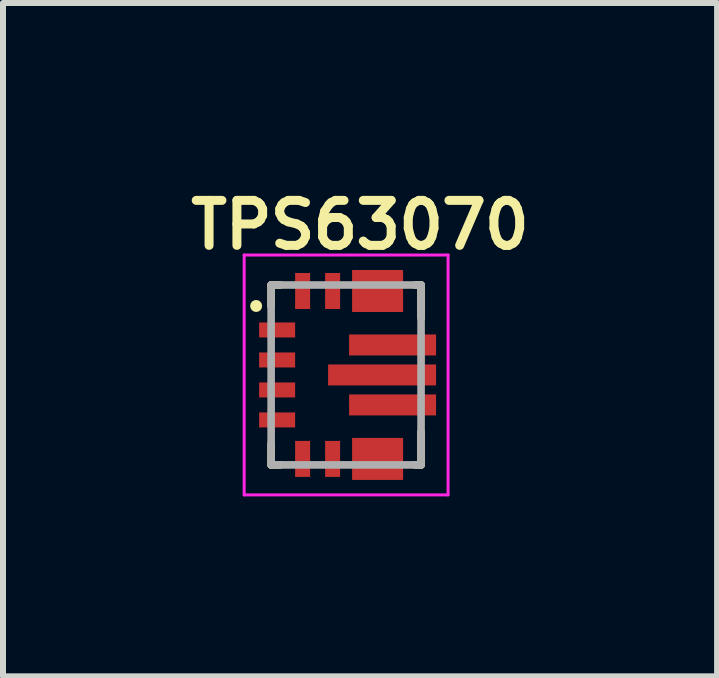
<source format=kicad_pcb>
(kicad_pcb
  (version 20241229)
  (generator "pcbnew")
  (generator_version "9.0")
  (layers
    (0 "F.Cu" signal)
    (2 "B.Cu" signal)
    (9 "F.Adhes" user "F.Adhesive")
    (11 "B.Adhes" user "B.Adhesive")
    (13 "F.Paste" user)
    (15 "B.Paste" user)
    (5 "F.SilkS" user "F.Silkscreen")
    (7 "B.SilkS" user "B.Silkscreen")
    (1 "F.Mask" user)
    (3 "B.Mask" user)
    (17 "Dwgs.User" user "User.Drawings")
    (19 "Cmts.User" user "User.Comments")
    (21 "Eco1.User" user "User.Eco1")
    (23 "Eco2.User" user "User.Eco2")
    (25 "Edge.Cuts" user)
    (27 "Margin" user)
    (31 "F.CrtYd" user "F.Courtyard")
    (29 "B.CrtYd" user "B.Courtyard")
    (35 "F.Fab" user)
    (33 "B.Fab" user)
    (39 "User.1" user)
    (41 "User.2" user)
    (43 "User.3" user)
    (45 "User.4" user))
  (footprint "TPS63070"
    (layer "F.Cu")
    (at 2.721 3.202)
    (property "Reference" "TPS63070" (at 0.233 -2.5 0) (layer "F.SilkS") (effects (font (size 0.75 0.75) (thickness 0.15))))
    (attr smd)
    (fp_line (start -1.45 -0.876) (end -0.85 -0.876) (stroke (width 0.1) (type solid)) (layer "F.Mask"))
    (fp_line (start -1.45 -0.8) (end -1.45 -0.876) (stroke (width 0.1) (type solid)) (layer "F.Mask"))
    (fp_line (start -1.45 -0.8) (end -0.85 -0.8) (stroke (width 0.1) (type solid)) (layer "F.Mask"))
    (fp_line (start -1.45 -0.72) (end -1.45 -0.8) (stroke (width 0.1) (type solid)) (layer "F.Mask"))
    (fp_line (start -1.45 -0.72) (end -0.85 -0.72) (stroke (width 0.1) (type solid)) (layer "F.Mask"))
    (fp_line (start -1.45 -0.625) (end -1.45 -0.72) (stroke (width 0.1) (type solid)) (layer "F.Mask"))
    (fp_line (start -1.45 -0.376) (end -0.85 -0.376) (stroke (width 0.1) (type solid)) (layer "F.Mask"))
    (fp_line (start -1.45 -0.3) (end -1.45 -0.376) (stroke (width 0.1) (type solid)) (layer "F.Mask"))
    (fp_line (start -1.45 -0.3) (end -0.85 -0.3) (stroke (width 0.1) (type solid)) (layer "F.Mask"))
    (fp_line (start -1.45 -0.22) (end -1.45 -0.3) (stroke (width 0.1) (type solid)) (layer "F.Mask"))
    (fp_line (start -1.45 -0.22) (end -0.85 -0.22) (stroke (width 0.1) (type solid)) (layer "F.Mask"))
    (fp_line (start -1.45 -0.125) (end -1.45 -0.22) (stroke (width 0.1) (type solid)) (layer "F.Mask"))
    (fp_line (start -1.45 0.124) (end -0.85 0.124) (stroke (width 0.1) (type solid)) (layer "F.Mask"))
    (fp_line (start -1.45 0.2) (end -1.45 0.124) (stroke (width 0.1) (type solid)) (layer "F.Mask"))
    (fp_line (start -1.45 0.2) (end -0.85 0.2) (stroke (width 0.1) (type solid)) (layer "F.Mask"))
    (fp_line (start -1.45 0.28) (end -1.45 0.2) (stroke (width 0.1) (type solid)) (layer "F.Mask"))
    (fp_line (start -1.45 0.28) (end -0.85 0.28) (stroke (width 0.1) (type solid)) (layer "F.Mask"))
    (fp_line (start -1.45 0.375) (end -1.45 0.28) (stroke (width 0.1) (type solid)) (layer "F.Mask"))
    (fp_line (start -1.45 0.624) (end -0.85 0.624) (stroke (width 0.1) (type solid)) (layer "F.Mask"))
    (fp_line (start -1.45 0.7) (end -1.45 0.624) (stroke (width 0.1) (type solid)) (layer "F.Mask"))
    (fp_line (start -1.45 0.7) (end -0.85 0.7) (stroke (width 0.1) (type solid)) (layer "F.Mask"))
    (fp_line (start -1.45 0.78) (end -1.45 0.7) (stroke (width 0.1) (type solid)) (layer "F.Mask"))
    (fp_line (start -1.45 0.78) (end -0.85 0.78) (stroke (width 0.1) (type solid)) (layer "F.Mask"))
    (fp_line (start -1.45 0.875) (end -1.45 0.78) (stroke (width 0.1) (type solid)) (layer "F.Mask"))
    (fp_line (start -0.851 -1.7) (end -0.775 -1.7) (stroke (width 0.1) (type solid)) (layer "F.Mask"))
    (fp_line (start -0.851 -1.1) (end -0.851 -1.7) (stroke (width 0.1) (type solid)) (layer "F.Mask"))
    (fp_line (start -0.851 1.1) (end -0.775 1.1) (stroke (width 0.1) (type solid)) (layer "F.Mask"))
    (fp_line (start -0.851 1.7) (end -0.851 1.1) (stroke (width 0.1) (type solid)) (layer "F.Mask"))
    (fp_line (start -0.85 -0.876) (end -0.85 -0.8) (stroke (width 0.1) (type solid)) (layer "F.Mask"))
    (fp_line (start -0.85 -0.8) (end -0.85 -0.72) (stroke (width 0.1) (type solid)) (layer "F.Mask"))
    (fp_line (start -0.85 -0.72) (end -0.85 -0.625) (stroke (width 0.1) (type solid)) (layer "F.Mask"))
    (fp_line (start -0.85 -0.625) (end -1.45 -0.625) (stroke (width 0.1) (type solid)) (layer "F.Mask"))
    (fp_line (start -0.85 -0.376) (end -0.85 -0.3) (stroke (width 0.1) (type solid)) (layer "F.Mask"))
    (fp_line (start -0.85 -0.3) (end -0.85 -0.22) (stroke (width 0.1) (type solid)) (layer "F.Mask"))
    (fp_line (start -0.85 -0.22) (end -0.85 -0.125) (stroke (width 0.1) (type solid)) (layer "F.Mask"))
    (fp_line (start -0.85 -0.125) (end -1.45 -0.125) (stroke (width 0.1) (type solid)) (layer "F.Mask"))
    (fp_line (start -0.85 0.124) (end -0.85 0.2) (stroke (width 0.1) (type solid)) (layer "F.Mask"))
    (fp_line (start -0.85 0.2) (end -0.85 0.28) (stroke (width 0.1) (type solid)) (layer "F.Mask"))
    (fp_line (start -0.85 0.28) (end -0.85 0.375) (stroke (width 0.1) (type solid)) (layer "F.Mask"))
    (fp_line (start -0.85 0.375) (end -1.45 0.375) (stroke (width 0.1) (type solid)) (layer "F.Mask"))
    (fp_line (start -0.85 0.624) (end -0.85 0.7) (stroke (width 0.1) (type solid)) (layer "F.Mask"))
    (fp_line (start -0.85 0.7) (end -0.85 0.78) (stroke (width 0.1) (type solid)) (layer "F.Mask"))
    (fp_line (start -0.85 0.78) (end -0.85 0.875) (stroke (width 0.1) (type solid)) (layer "F.Mask"))
    (fp_line (start -0.85 0.875) (end -1.45 0.875) (stroke (width 0.1) (type solid)) (layer "F.Mask"))
    (fp_line (start -0.775 -1.7) (end -0.695 -1.7) (stroke (width 0.1) (type solid)) (layer "F.Mask"))
    (fp_line (start -0.775 -1.1) (end -0.851 -1.1) (stroke (width 0.1) (type solid)) (layer "F.Mask"))
    (fp_line (start -0.775 -1.1) (end -0.775 -1.7) (stroke (width 0.1) (type solid)) (layer "F.Mask"))
    (fp_line (start -0.775 1.1) (end -0.695 1.1) (stroke (width 0.1) (type solid)) (layer "F.Mask"))
    (fp_line (start -0.775 1.7) (end -0.851 1.7) (stroke (width 0.1) (type solid)) (layer "F.Mask"))
    (fp_line (start -0.775 1.7) (end -0.775 1.1) (stroke (width 0.1) (type solid)) (layer "F.Mask"))
    (fp_line (start -0.695 -1.7) (end -0.6 -1.7) (stroke (width 0.1) (type solid)) (layer "F.Mask"))
    (fp_line (start -0.695 -1.1) (end -0.775 -1.1) (stroke (width 0.1) (type solid)) (layer "F.Mask"))
    (fp_line (start -0.695 -1.1) (end -0.695 -1.7) (stroke (width 0.1) (type solid)) (layer "F.Mask"))
    (fp_line (start -0.695 1.1) (end -0.6 1.1) (stroke (width 0.1) (type solid)) (layer "F.Mask"))
    (fp_line (start -0.695 1.7) (end -0.775 1.7) (stroke (width 0.1) (type solid)) (layer "F.Mask"))
    (fp_line (start -0.695 1.7) (end -0.695 1.1) (stroke (width 0.1) (type solid)) (layer "F.Mask"))
    (fp_line (start -0.6 -1.7) (end -0.6 -1.1) (stroke (width 0.1) (type solid)) (layer "F.Mask"))
    (fp_line (start -0.6 -1.1) (end -0.695 -1.1) (stroke (width 0.1) (type solid)) (layer "F.Mask"))
    (fp_line (start -0.6 1.1) (end -0.6 1.7) (stroke (width 0.1) (type solid)) (layer "F.Mask"))
    (fp_line (start -0.6 1.7) (end -0.695 1.7) (stroke (width 0.1) (type solid)) (layer "F.Mask"))
    (fp_line (start -0.351 -1.7) (end -0.275 -1.7) (stroke (width 0.1) (type solid)) (layer "F.Mask"))
    (fp_line (start -0.351 -1.1) (end -0.351 -1.7) (stroke (width 0.1) (type solid)) (layer "F.Mask"))
    (fp_line (start -0.351 1.1) (end -0.275 1.1) (stroke (width 0.1) (type solid)) (layer "F.Mask"))
    (fp_line (start -0.351 1.7) (end -0.351 1.1) (stroke (width 0.1) (type solid)) (layer "F.Mask"))
    (fp_line (start -0.275 -1.7) (end -0.195 -1.7) (stroke (width 0.1) (type solid)) (layer "F.Mask"))
    (fp_line (start -0.275 -1.1) (end -0.351 -1.1) (stroke (width 0.1) (type solid)) (layer "F.Mask"))
    (fp_line (start -0.275 -1.1) (end -0.275 -1.7) (stroke (width 0.1) (type solid)) (layer "F.Mask"))
    (fp_line (start -0.275 1.1) (end -0.195 1.1) (stroke (width 0.1) (type solid)) (layer "F.Mask"))
    (fp_line (start -0.275 1.7) (end -0.351 1.7) (stroke (width 0.1) (type solid)) (layer "F.Mask"))
    (fp_line (start -0.275 1.7) (end -0.275 1.1) (stroke (width 0.1) (type solid)) (layer "F.Mask"))
    (fp_line (start -0.225 -0.1) (end 1.425 -0.1) (stroke (width 0.05) (type solid)) (layer "F.Mask"))
    (fp_line (start -0.225 0.1) (end -0.225 -0.1) (stroke (width 0.05) (type solid)) (layer "F.Mask"))
    (fp_line (start -0.195 -1.7) (end -0.1 -1.7) (stroke (width 0.1) (type solid)) (layer "F.Mask"))
    (fp_line (start -0.195 -1.1) (end -0.275 -1.1) (stroke (width 0.1) (type solid)) (layer "F.Mask"))
    (fp_line (start -0.195 -1.1) (end -0.195 -1.7) (stroke (width 0.1) (type solid)) (layer "F.Mask"))
    (fp_line (start -0.195 1.1) (end -0.1 1.1) (stroke (width 0.1) (type solid)) (layer "F.Mask"))
    (fp_line (start -0.195 1.7) (end -0.275 1.7) (stroke (width 0.1) (type solid)) (layer "F.Mask"))
    (fp_line (start -0.195 1.7) (end -0.195 1.1) (stroke (width 0.1) (type solid)) (layer "F.Mask"))
    (fp_line (start -0.19 -0.04) (end 1.38 -0.04) (stroke (width 0.1) (type solid)) (layer "F.Mask"))
    (fp_line (start -0.19 0.05) (end 1.38 0.05) (stroke (width 0.1) (type solid)) (layer "F.Mask"))
    (fp_line (start -0.1 -1.7) (end -0.1 -1.1) (stroke (width 0.1) (type solid)) (layer "F.Mask"))
    (fp_line (start -0.1 -1.1) (end -0.195 -1.1) (stroke (width 0.1) (type solid)) (layer "F.Mask"))
    (fp_line (start -0.1 1.1) (end -0.1 1.7) (stroke (width 0.1) (type solid)) (layer "F.Mask"))
    (fp_line (start -0.1 1.7) (end -0.195 1.7) (stroke (width 0.1) (type solid)) (layer "F.Mask"))
    (fp_line (start 0.125 -0.6) (end 1.425 -0.6) (stroke (width 0.05) (type solid)) (layer "F.Mask"))
    (fp_line (start 0.125 -0.401) (end 0.125 -0.6) (stroke (width 0.05) (type solid)) (layer "F.Mask"))
    (fp_line (start 0.125 0.4) (end 1.425 0.4) (stroke (width 0.05) (type solid)) (layer "F.Mask"))
    (fp_line (start 0.125 0.599) (end 0.125 0.4) (stroke (width 0.05) (type solid)) (layer "F.Mask"))
    (fp_line (start 0.16 -0.56) (end 1.39 -0.56) (stroke (width 0.1) (type solid)) (layer "F.Mask"))
    (fp_line (start 0.16 -0.47) (end 1.39 -0.47) (stroke (width 0.1) (type solid)) (layer "F.Mask"))
    (fp_line (start 0.16 0.46) (end 1.39 0.46) (stroke (width 0.1) (type solid)) (layer "F.Mask"))
    (fp_line (start 0.16 0.54) (end 1.39 0.54) (stroke (width 0.1) (type solid)) (layer "F.Mask"))
    (fp_line (start 0.175 -1.675) (end 0.375 -1.675) (stroke (width 0.05) (type solid)) (layer "F.Mask"))
    (fp_line (start 0.175 -1.127) (end 0.175 -1.675) (stroke (width 0.05) (type solid)) (layer "F.Mask"))
    (fp_line (start 0.175 1.127) (end 0.875 1.127) (stroke (width 0.05) (type solid)) (layer "F.Mask"))
    (fp_line (start 0.175 1.675) (end 0.175 1.127) (stroke (width 0.05) (type solid)) (layer "F.Mask"))
    (fp_line (start 0.22 -1.64) (end 0.22 -1.17) (stroke (width 0.1) (type solid)) (layer "F.Mask"))
    (fp_line (start 0.24 1.64) (end 0.24 1.17) (stroke (width 0.1) (type solid)) (layer "F.Mask"))
    (fp_line (start 0.31 -1.64) (end 0.31 -1.17) (stroke (width 0.1) (type solid)) (layer "F.Mask"))
    (fp_line (start 0.33 1.64) (end 0.33 1.17) (stroke (width 0.1) (type solid)) (layer "F.Mask"))
    (fp_line (start 0.35 -1.28) (end 0.7 -1.28) (stroke (width 0.1) (type solid)) (layer "F.Mask"))
    (fp_line (start 0.35 -1.18) (end 0.71 -1.18) (stroke (width 0.1) (type solid)) (layer "F.Mask"))
    (fp_line (start 0.375 -1.675) (end 0.375 -1.325) (stroke (width 0.05) (type solid)) (layer "F.Mask"))
    (fp_line (start 0.375 -1.325) (end 0.675 -1.325) (stroke (width 0.05) (type solid)) (layer "F.Mask"))
    (fp_line (start 0.375 1.325) (end 0.375 1.675) (stroke (width 0.05) (type solid)) (layer "F.Mask"))
    (fp_line (start 0.375 1.675) (end 0.175 1.675) (stroke (width 0.05) (type solid)) (layer "F.Mask"))
    (fp_line (start 0.675 -1.675) (end 0.875 -1.675) (stroke (width 0.05) (type solid)) (layer "F.Mask"))
    (fp_line (start 0.675 -1.325) (end 0.675 -1.675) (stroke (width 0.05) (type solid)) (layer "F.Mask"))
    (fp_line (start 0.675 1.325) (end 0.375 1.325) (stroke (width 0.05) (type solid)) (layer "F.Mask"))
    (fp_line (start 0.675 1.675) (end 0.675 1.325) (stroke (width 0.05) (type solid)) (layer "F.Mask"))
    (fp_line (start 0.7 1.18) (end 0.34 1.18) (stroke (width 0.1) (type solid)) (layer "F.Mask"))
    (fp_line (start 0.7 1.28) (end 0.35 1.28) (stroke (width 0.1) (type solid)) (layer "F.Mask"))
    (fp_line (start 0.72 -1.64) (end 0.72 -1.17) (stroke (width 0.1) (type solid)) (layer "F.Mask"))
    (fp_line (start 0.74 1.64) (end 0.74 1.17) (stroke (width 0.1) (type solid)) (layer "F.Mask"))
    (fp_line (start 0.81 -1.64) (end 0.81 -1.17) (stroke (width 0.1) (type solid)) (layer "F.Mask"))
    (fp_line (start 0.83 1.64) (end 0.83 1.17) (stroke (width 0.1) (type solid)) (layer "F.Mask"))
    (fp_line (start 0.875 -1.675) (end 0.875 -1.127) (stroke (width 0.05) (type solid)) (layer "F.Mask"))
    (fp_line (start 0.875 -1.127) (end 0.175 -1.127) (stroke (width 0.05) (type solid)) (layer "F.Mask"))
    (fp_line (start 0.875 1.127) (end 0.875 1.675) (stroke (width 0.05) (type solid)) (layer "F.Mask"))
    (fp_line (start 0.875 1.675) (end 0.675 1.675) (stroke (width 0.05) (type solid)) (layer "F.Mask"))
    (fp_line (start 1.425 -0.6) (end 1.425 -0.401) (stroke (width 0.05) (type solid)) (layer "F.Mask"))
    (fp_line (start 1.425 -0.401) (end 0.125 -0.401) (stroke (width 0.05) (type solid)) (layer "F.Mask"))
    (fp_line (start 1.425 -0.1) (end 1.425 0.1) (stroke (width 0.05) (type solid)) (layer "F.Mask"))
    (fp_line (start 1.425 0.1) (end -0.225 0.1) (stroke (width 0.05) (type solid)) (layer "F.Mask"))
    (fp_line (start 1.425 0.4) (end 1.425 0.599) (stroke (width 0.05) (type solid)) (layer "F.Mask"))
    (fp_line (start 1.425 0.599) (end 0.125 0.599) (stroke (width 0.05) (type solid)) (layer "F.Mask"))
    (fp_line (start -1.25 -1.5) (end -1.25 -1.15) (stroke (width 0.127) (type solid)) (layer "F.SilkS"))
    (fp_line (start -1.25 1.5) (end -1.25 1.15) (stroke (width 0.127) (type solid)) (layer "F.SilkS"))
    (fp_line (start -1.1 -1.5) (end -1.25 -1.5) (stroke (width 0.127) (type solid)) (layer "F.SilkS"))
    (fp_line (start -1.1 1.5) (end -1.25 1.5) (stroke (width 0.127) (type solid)) (layer "F.SilkS"))
    (fp_line (start 1.15 -1.5) (end 1.25 -1.5) (stroke (width 0.127) (type solid)) (layer "F.SilkS"))
    (fp_line (start 1.25 -1.5) (end 1.25 -0.95) (stroke (width 0.127) (type solid)) (layer "F.SilkS"))
    (fp_line (start 1.25 0.95) (end 1.25 1.5) (stroke (width 0.127) (type solid)) (layer "F.SilkS"))
    (fp_line (start 1.25 1.5) (end 1.15 1.5) (stroke (width 0.127) (type solid)) (layer "F.SilkS"))
    (fp_circle (center -1.5 -1.15) (end -1.45 -1.15) (stroke (width 0.1) (type solid)) (fill no) (layer "F.SilkS"))
    (fp_line (start -0.196 -0.1) (end 0.475 -0.1) (stroke (width 0.05) (type solid)) (layer "F.Paste"))
    (fp_line (start -0.196 0.1) (end -0.196 -0.1) (stroke (width 0.05) (type solid)) (layer "F.Paste"))
    (fp_line (start -0.16 -0.05) (end 0.44 -0.05) (stroke (width 0.1) (type solid)) (layer "F.Paste"))
    (fp_line (start -0.15 0.04) (end 0.44 0.04) (stroke (width 0.1) (type solid)) (layer "F.Paste"))
    (fp_line (start 0.125 -0.6) (end 0.65 -0.6) (stroke (width 0.05) (type solid)) (layer "F.Paste"))
    (fp_line (start 0.125 -0.4) (end 0.125 -0.6) (stroke (width 0.05) (type solid)) (layer "F.Paste"))
    (fp_line (start 0.125 0.4) (end 0.65 0.4) (stroke (width 0.05) (type solid)) (layer "F.Paste"))
    (fp_line (start 0.125 0.6) (end 0.125 0.4) (stroke (width 0.05) (type solid)) (layer "F.Paste"))
    (fp_line (start 0.16 -0.53) (end 0.6 -0.53) (stroke (width 0.1) (type solid)) (layer "F.Paste"))
    (fp_line (start 0.16 0.47) (end 0.6 0.47) (stroke (width 0.1) (type solid)) (layer "F.Paste"))
    (fp_line (start 0.17 -0.45) (end 0.61 -0.45) (stroke (width 0.1) (type solid)) (layer "F.Paste"))
    (fp_line (start 0.17 0.55) (end 0.61 0.55) (stroke (width 0.1) (type solid)) (layer "F.Paste"))
    (fp_line (start 0.175 -1.675) (end 0.375 -1.675) (stroke (width 0.05) (type solid)) (layer "F.Paste"))
    (fp_line (start 0.175 -1.127) (end 0.175 -1.675) (stroke (width 0.05) (type solid)) (layer "F.Paste"))
    (fp_line (start 0.175 1.127) (end 0.875 1.127) (stroke (width 0.05) (type solid)) (layer "F.Paste"))
    (fp_line (start 0.175 1.675) (end 0.175 1.127) (stroke (width 0.05) (type solid)) (layer "F.Paste"))
    (fp_line (start 0.22 -1.64) (end 0.22 -1.17) (stroke (width 0.1) (type solid)) (layer "F.Paste"))
    (fp_line (start 0.24 1.64) (end 0.24 1.17) (stroke (width 0.1) (type solid)) (layer "F.Paste"))
    (fp_line (start 0.31 -1.64) (end 0.31 -1.17) (stroke (width 0.1) (type solid)) (layer "F.Paste"))
    (fp_line (start 0.33 1.64) (end 0.33 1.17) (stroke (width 0.1) (type solid)) (layer "F.Paste"))
    (fp_line (start 0.35 -1.28) (end 0.7 -1.28) (stroke (width 0.1) (type solid)) (layer "F.Paste"))
    (fp_line (start 0.35 -1.18) (end 0.71 -1.18) (stroke (width 0.1) (type solid)) (layer "F.Paste"))
    (fp_line (start 0.375 -1.675) (end 0.375 -1.325) (stroke (width 0.05) (type solid)) (layer "F.Paste"))
    (fp_line (start 0.375 -1.325) (end 0.675 -1.325) (stroke (width 0.05) (type solid)) (layer "F.Paste"))
    (fp_line (start 0.375 1.325) (end 0.375 1.675) (stroke (width 0.05) (type solid)) (layer "F.Paste"))
    (fp_line (start 0.375 1.675) (end 0.175 1.675) (stroke (width 0.05) (type solid)) (layer "F.Paste"))
    (fp_line (start 0.475 -0.1) (end 0.475 0.1) (stroke (width 0.05) (type solid)) (layer "F.Paste"))
    (fp_line (start 0.475 0.1) (end -0.196 0.1) (stroke (width 0.05) (type solid)) (layer "F.Paste"))
    (fp_line (start 0.65 -0.6) (end 0.65 -0.4) (stroke (width 0.05) (type solid)) (layer "F.Paste"))
    (fp_line (start 0.65 -0.4) (end 0.125 -0.4) (stroke (width 0.05) (type solid)) (layer "F.Paste"))
    (fp_line (start 0.65 0.4) (end 0.65 0.6) (stroke (width 0.05) (type solid)) (layer "F.Paste"))
    (fp_line (start 0.65 0.6) (end 0.125 0.6) (stroke (width 0.05) (type solid)) (layer "F.Paste"))
    (fp_line (start 0.675 -1.675) (end 0.875 -1.675) (stroke (width 0.05) (type solid)) (layer "F.Paste"))
    (fp_line (start 0.675 -1.325) (end 0.675 -1.675) (stroke (width 0.05) (type solid)) (layer "F.Paste"))
    (fp_line (start 0.675 1.325) (end 0.375 1.325) (stroke (width 0.05) (type solid)) (layer "F.Paste"))
    (fp_line (start 0.675 1.675) (end 0.675 1.325) (stroke (width 0.05) (type solid)) (layer "F.Paste"))
    (fp_line (start 0.7 1.18) (end 0.34 1.18) (stroke (width 0.1) (type solid)) (layer "F.Paste"))
    (fp_line (start 0.7 1.28) (end 0.35 1.28) (stroke (width 0.1) (type solid)) (layer "F.Paste"))
    (fp_line (start 0.72 -1.64) (end 0.72 -1.17) (stroke (width 0.1) (type solid)) (layer "F.Paste"))
    (fp_line (start 0.726 -0.1) (end 0.726 0.1) (stroke (width 0.05) (type solid)) (layer "F.Paste"))
    (fp_line (start 0.726 0.1) (end 1.395 0.1) (stroke (width 0.05) (type solid)) (layer "F.Paste"))
    (fp_line (start 0.74 1.64) (end 0.74 1.17) (stroke (width 0.1) (type solid)) (layer "F.Paste"))
    (fp_line (start 0.76 -0.04) (end 1.35 -0.04) (stroke (width 0.1) (type solid)) (layer "F.Paste"))
    (fp_line (start 0.77 0.04) (end 1.36 0.04) (stroke (width 0.1) (type solid)) (layer "F.Paste"))
    (fp_line (start 0.81 -1.64) (end 0.81 -1.17) (stroke (width 0.1) (type solid)) (layer "F.Paste"))
    (fp_line (start 0.83 1.64) (end 0.83 1.17) (stroke (width 0.1) (type solid)) (layer "F.Paste"))
    (fp_line (start 0.875 -1.675) (end 0.875 -1.127) (stroke (width 0.05) (type solid)) (layer "F.Paste"))
    (fp_line (start 0.875 -1.127) (end 0.175 -1.127) (stroke (width 0.05) (type solid)) (layer "F.Paste"))
    (fp_line (start 0.875 1.127) (end 0.875 1.675) (stroke (width 0.05) (type solid)) (layer "F.Paste"))
    (fp_line (start 0.875 1.675) (end 0.675 1.675) (stroke (width 0.05) (type solid)) (layer "F.Paste"))
    (fp_line (start 0.903 -0.6) (end 1.425 -0.6) (stroke (width 0.05) (type solid)) (layer "F.Paste"))
    (fp_line (start 0.903 -0.4) (end 0.903 -0.6) (stroke (width 0.05) (type solid)) (layer "F.Paste"))
    (fp_line (start 0.903 0.4) (end 1.425 0.4) (stroke (width 0.05) (type solid)) (layer "F.Paste"))
    (fp_line (start 0.903 0.6) (end 0.903 0.4) (stroke (width 0.05) (type solid)) (layer "F.Paste"))
    (fp_line (start 0.93 -0.54) (end 1.37 -0.54) (stroke (width 0.1) (type solid)) (layer "F.Paste"))
    (fp_line (start 0.93 0.46) (end 1.37 0.46) (stroke (width 0.1) (type solid)) (layer "F.Paste"))
    (fp_line (start 0.94 -0.46) (end 1.38 -0.46) (stroke (width 0.1) (type solid)) (layer "F.Paste"))
    (fp_line (start 0.94 0.54) (end 1.38 0.54) (stroke (width 0.1) (type solid)) (layer "F.Paste"))
    (fp_line (start 1.395 -0.1) (end 0.726 -0.1) (stroke (width 0.05) (type solid)) (layer "F.Paste"))
    (fp_line (start 1.395 0.1) (end 1.395 -0.1) (stroke (width 0.05) (type solid)) (layer "F.Paste"))
    (fp_line (start 1.425 -0.6) (end 1.425 -0.4) (stroke (width 0.05) (type solid)) (layer "F.Paste"))
    (fp_line (start 1.425 -0.4) (end 0.903 -0.4) (stroke (width 0.05) (type solid)) (layer "F.Paste"))
    (fp_line (start 1.425 0.4) (end 1.425 0.6) (stroke (width 0.05) (type solid)) (layer "F.Paste"))
    (fp_line (start 1.425 0.6) (end 0.903 0.6) (stroke (width 0.05) (type solid)) (layer "F.Paste"))
    (fp_line (start -1.7 -2) (end 1.7 -2) (stroke (width 0.05) (type solid)) (layer "F.CrtYd"))
    (fp_line (start -1.7 2) (end -1.7 -2) (stroke (width 0.05) (type solid)) (layer "F.CrtYd"))
    (fp_line (start 1.7 -2) (end 1.7 2) (stroke (width 0.05) (type solid)) (layer "F.CrtYd"))
    (fp_line (start 1.7 2) (end -1.7 2) (stroke (width 0.05) (type solid)) (layer "F.CrtYd"))
    (fp_line (start -1.25 -1.5) (end 1.25 -1.5) (stroke (width 0.127) (type solid)) (layer "F.Fab"))
    (fp_line (start -1.25 1.5) (end -1.25 -1.5) (stroke (width 0.127) (type solid)) (layer "F.Fab"))
    (fp_line (start 1.25 -1.5) (end 1.25 1.5) (stroke (width 0.127) (type solid)) (layer "F.Fab"))
    (fp_line (start 1.25 1.5) (end -1.25 1.5) (stroke (width 0.127) (type solid)) (layer "F.Fab"))
    (pad "1" smd rect (at -1.15 -0.75) (size 0.6 0.25) (layers "F.Cu" "F.Paste"))
    (pad "2" smd rect (at -1.15 -0.25) (size 0.6 0.25) (layers "F.Cu" "F.Paste"))
    (pad "3" smd rect (at -1.15 0.25) (size 0.6 0.25) (layers "F.Cu" "F.Paste"))
    (pad "4" smd rect (at -1.15 0.75) (size 0.6 0.25) (layers "F.Cu" "F.Paste"))
    (pad "5" smd rect (at -0.725 1.4) (size 0.25 0.6) (layers "F.Cu" "F.Paste"))
    (pad "6" smd rect (at -0.225 1.4) (size 0.25 0.6) (layers "F.Cu" "F.Paste"))
    (pad "7-8" smd rect (at 0.525 1.4) (size 0.85 0.7) (layers "F.Cu"))
    (pad "9" smd rect (at 0.775 0.5) (size 1.45 0.35) (layers "F.Cu"))
    (pad "10" smd rect (at 0.6 0) (size 1.8 0.35) (layers "F.Cu"))
    (pad "11" smd rect (at 0.775 -0.5) (size 1.45 0.35) (layers "F.Cu"))
    (pad "12-13" smd rect (at 0.525 -1.4) (size 0.85 0.7) (layers "F.Cu"))
    (pad "14" smd rect (at -0.225 -1.4) (size 0.25 0.6) (layers "F.Cu" "F.Paste"))
    (pad "15" smd rect (at -0.725 -1.4) (size 0.25 0.6) (layers "F.Cu" "F.Paste")))
  (gr_rect
    (start -3 -3)
    (end 8.907 8.227)
    (stroke (width 0.1) (type default))
    (fill no)
    (layer "Edge.Cuts")))
</source>
